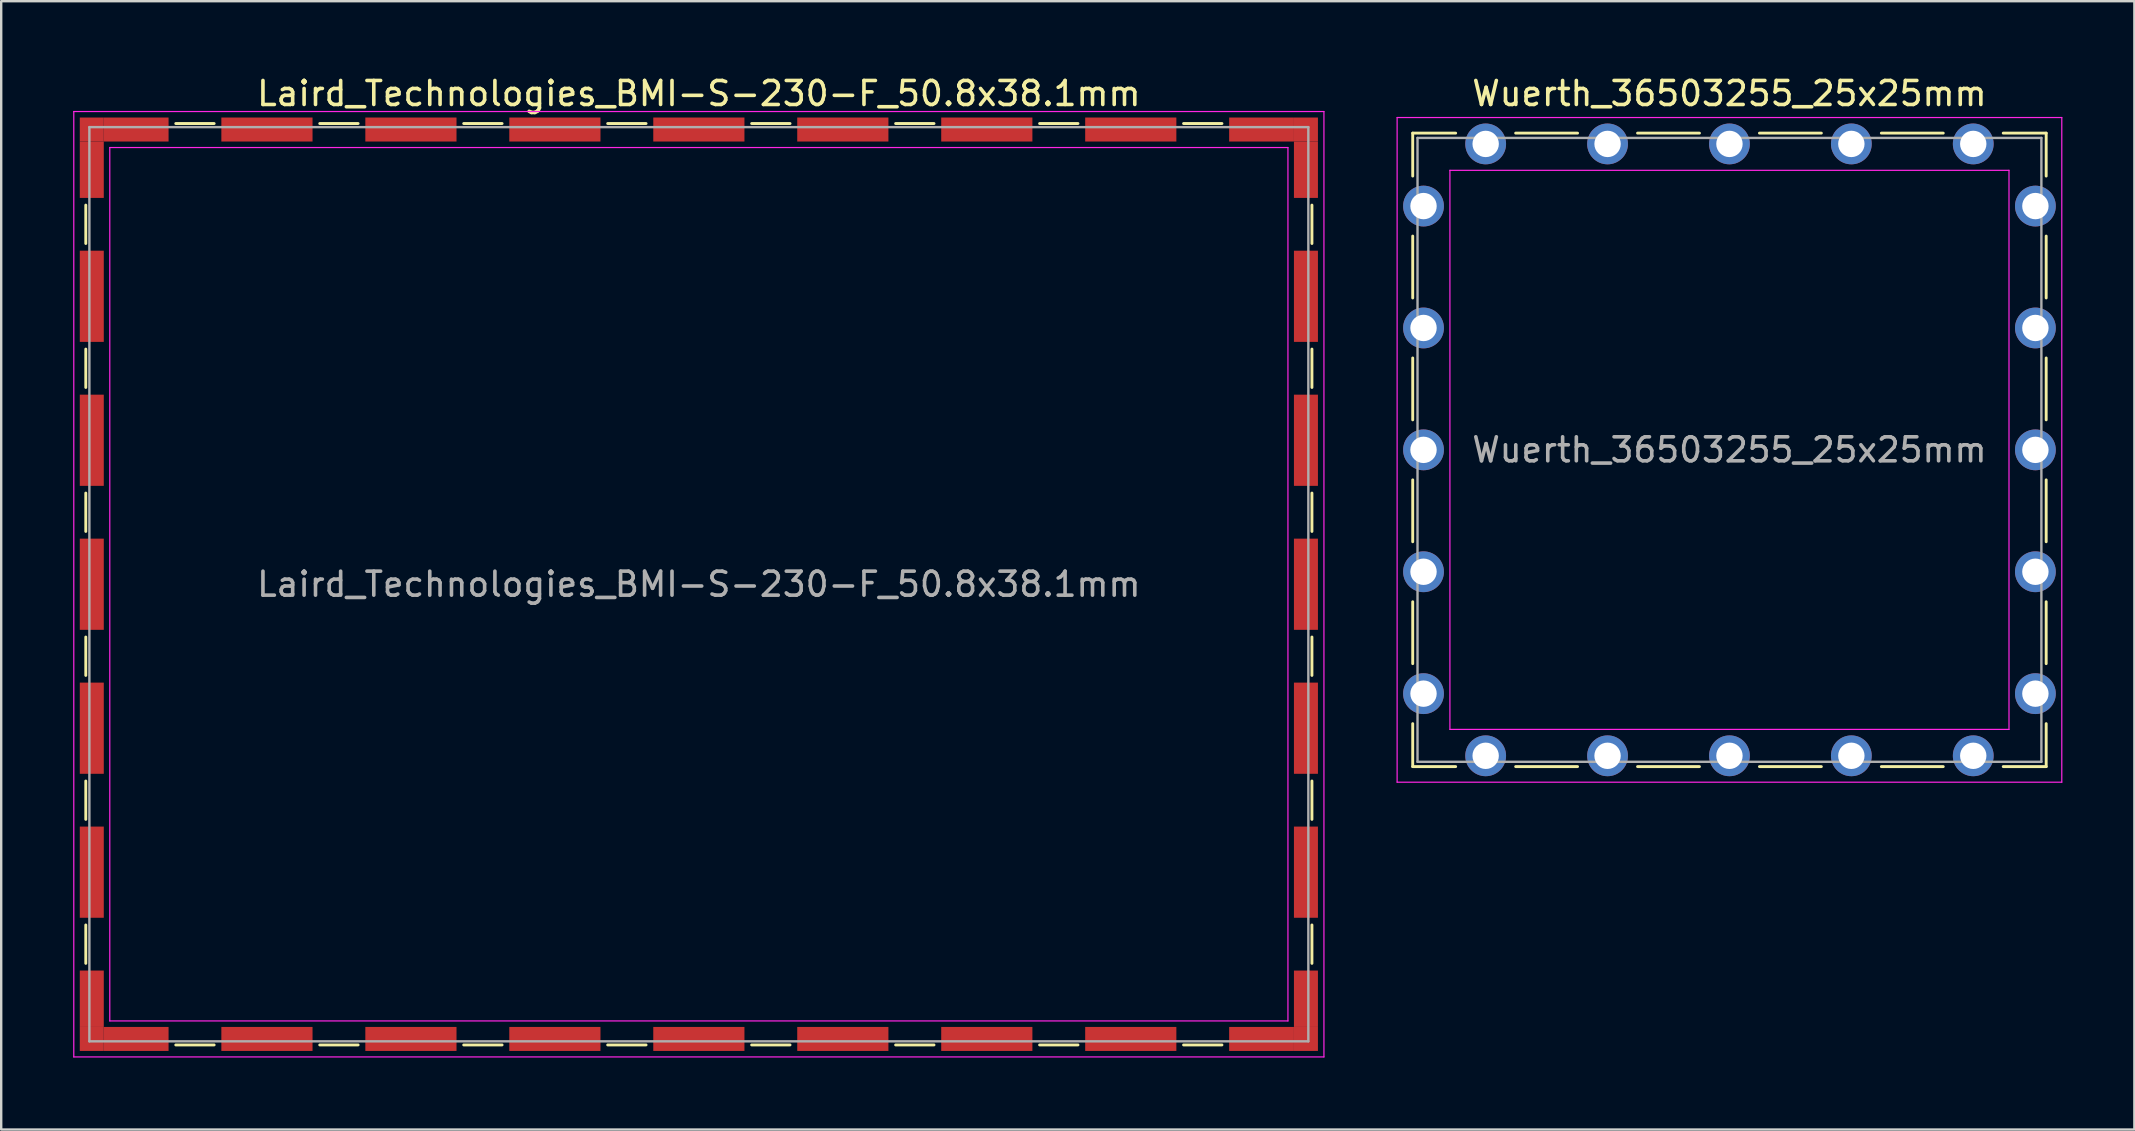
<source format=kicad_pcb>
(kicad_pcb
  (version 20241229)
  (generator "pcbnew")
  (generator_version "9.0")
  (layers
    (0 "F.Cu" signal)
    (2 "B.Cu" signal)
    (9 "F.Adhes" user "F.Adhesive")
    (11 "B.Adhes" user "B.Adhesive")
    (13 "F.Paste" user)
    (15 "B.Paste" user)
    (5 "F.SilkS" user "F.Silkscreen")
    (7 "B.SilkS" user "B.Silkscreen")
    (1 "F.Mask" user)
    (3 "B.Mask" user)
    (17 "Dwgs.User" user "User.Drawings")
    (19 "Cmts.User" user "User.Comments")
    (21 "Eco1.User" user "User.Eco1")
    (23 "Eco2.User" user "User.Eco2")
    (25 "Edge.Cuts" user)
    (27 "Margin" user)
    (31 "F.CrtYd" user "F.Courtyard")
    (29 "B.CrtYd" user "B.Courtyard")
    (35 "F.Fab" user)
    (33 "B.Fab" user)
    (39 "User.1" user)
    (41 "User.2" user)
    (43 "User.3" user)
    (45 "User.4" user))
  (footprint "Laird_Technologies_BMI-S-230-F_50.8x38.1mm"
    (layer "F.Cu")
    (at 26.075 21.298)
    (property "Reference" "Laird_Technologies_BMI-S-230-F_50.8x38.1mm" (at 0 -20.45 0) (layer "F.SilkS") (effects (font (size 1 1) (thickness 0.15))))
    (attr smd)
    (fp_line (start -25.55 -15.8) (end -25.55 -14.2) (stroke (width 0.12) (type solid)) (layer "F.SilkS"))
    (fp_line (start -25.55 -9.8) (end -25.55 -8.2) (stroke (width 0.12) (type solid)) (layer "F.SilkS"))
    (fp_line (start -25.55 -3.8) (end -25.55 -2.2) (stroke (width 0.12) (type solid)) (layer "F.SilkS"))
    (fp_line (start -25.55 2.2) (end -25.55 3.8) (stroke (width 0.12) (type solid)) (layer "F.SilkS"))
    (fp_line (start -25.55 8.2) (end -25.55 9.8) (stroke (width 0.12) (type solid)) (layer "F.SilkS"))
    (fp_line (start -25.55 14.2) (end -25.55 15.8) (stroke (width 0.12) (type solid)) (layer "F.SilkS"))
    (fp_line (start -21.8 -19.2) (end -20.2 -19.2) (stroke (width 0.12) (type solid)) (layer "F.SilkS"))
    (fp_line (start -21.8 19.2) (end -20.2 19.2) (stroke (width 0.12) (type solid)) (layer "F.SilkS"))
    (fp_line (start -15.8 -19.2) (end -14.2 -19.2) (stroke (width 0.12) (type solid)) (layer "F.SilkS"))
    (fp_line (start -15.8 19.2) (end -14.2 19.2) (stroke (width 0.12) (type solid)) (layer "F.SilkS"))
    (fp_line (start -9.8 -19.2) (end -8.2 -19.2) (stroke (width 0.12) (type solid)) (layer "F.SilkS"))
    (fp_line (start -9.8 19.2) (end -8.2 19.2) (stroke (width 0.12) (type solid)) (layer "F.SilkS"))
    (fp_line (start -3.8 -19.2) (end -2.2 -19.2) (stroke (width 0.12) (type solid)) (layer "F.SilkS"))
    (fp_line (start -3.8 19.2) (end -2.2 19.2) (stroke (width 0.12) (type solid)) (layer "F.SilkS"))
    (fp_line (start 2.2 -19.2) (end 3.8 -19.2) (stroke (width 0.12) (type solid)) (layer "F.SilkS"))
    (fp_line (start 2.2 19.2) (end 3.8 19.2) (stroke (width 0.12) (type solid)) (layer "F.SilkS"))
    (fp_line (start 8.2 -19.2) (end 9.8 -19.2) (stroke (width 0.12) (type solid)) (layer "F.SilkS"))
    (fp_line (start 8.2 19.2) (end 9.8 19.2) (stroke (width 0.12) (type solid)) (layer "F.SilkS"))
    (fp_line (start 14.2 -19.2) (end 15.8 -19.2) (stroke (width 0.12) (type solid)) (layer "F.SilkS"))
    (fp_line (start 14.2 19.2) (end 15.8 19.2) (stroke (width 0.12) (type solid)) (layer "F.SilkS"))
    (fp_line (start 20.2 -19.2) (end 21.8 -19.2) (stroke (width 0.12) (type solid)) (layer "F.SilkS"))
    (fp_line (start 20.2 19.2) (end 21.8 19.2) (stroke (width 0.12) (type solid)) (layer "F.SilkS"))
    (fp_line (start 25.55 -15.8) (end 25.55 -14.2) (stroke (width 0.12) (type solid)) (layer "F.SilkS"))
    (fp_line (start 25.55 -9.8) (end 25.55 -8.2) (stroke (width 0.12) (type solid)) (layer "F.SilkS"))
    (fp_line (start 25.55 -3.8) (end 25.55 -2.2) (stroke (width 0.12) (type solid)) (layer "F.SilkS"))
    (fp_line (start 25.55 2.2) (end 25.55 3.8) (stroke (width 0.12) (type solid)) (layer "F.SilkS"))
    (fp_line (start 25.55 8.2) (end 25.55 9.8) (stroke (width 0.12) (type solid)) (layer "F.SilkS"))
    (fp_line (start 25.55 14.2) (end 25.55 15.8) (stroke (width 0.12) (type solid)) (layer "F.SilkS"))
    (fp_line (start -26.05 -19.7) (end -26.05 19.7) (stroke (width 0.05) (type solid)) (layer "F.CrtYd"))
    (fp_line (start -26.05 19.7) (end 26.05 19.7) (stroke (width 0.05) (type solid)) (layer "F.CrtYd"))
    (fp_line (start -24.55 -18.2) (end -24.55 18.2) (stroke (width 0.05) (type solid)) (layer "F.CrtYd"))
    (fp_line (start -24.55 18.2) (end 24.55 18.2) (stroke (width 0.05) (type solid)) (layer "F.CrtYd"))
    (fp_line (start 24.55 -18.2) (end -24.55 -18.2) (stroke (width 0.05) (type solid)) (layer "F.CrtYd"))
    (fp_line (start 24.55 18.2) (end 24.55 -18.2) (stroke (width 0.05) (type solid)) (layer "F.CrtYd"))
    (fp_line (start 26.05 -19.7) (end -26.05 -19.7) (stroke (width 0.05) (type solid)) (layer "F.CrtYd"))
    (fp_line (start 26.05 19.7) (end 26.05 -19.7) (stroke (width 0.05) (type solid)) (layer "F.CrtYd"))
    (fp_line (start -25.4 -19.05) (end -25.4 19.05) (stroke (width 0.1) (type solid)) (layer "F.Fab"))
    (fp_line (start -25.4 19.05) (end 25.4 19.05) (stroke (width 0.1) (type solid)) (layer "F.Fab"))
    (fp_line (start 25.4 -19.05) (end -25.4 -19.05) (stroke (width 0.1) (type solid)) (layer "F.Fab"))
    (fp_line (start 25.4 19.05) (end 25.4 -19.05) (stroke (width 0.1) (type solid)) (layer "F.Fab"))
    (fp_text user "${REFERENCE}" (at 0 0 0) (layer "F.Fab") (effects (font (size 1 1) (thickness 0.15))))
    (pad "1" smd rect (at -25.3 -18.95) (size 1 1) (layers "F.Cu" "F.Mask" "F.Paste"))
    (pad "1" smd rect (at -25.3 -17.275) (size 1 2.35) (layers "F.Cu" "F.Mask" "F.Paste"))
    (pad "1" smd rect (at -25.3 -12) (size 1 3.8) (layers "F.Cu" "F.Mask" "F.Paste"))
    (pad "1" smd rect (at -25.3 -6) (size 1 3.8) (layers "F.Cu" "F.Mask" "F.Paste"))
    (pad "1" smd rect (at -25.3 0) (size 1 3.8) (layers "F.Cu" "F.Mask" "F.Paste"))
    (pad "1" smd rect (at -25.3 6) (size 1 3.8) (layers "F.Cu" "F.Mask" "F.Paste"))
    (pad "1" smd rect (at -25.3 12) (size 1 3.8) (layers "F.Cu" "F.Mask" "F.Paste"))
    (pad "1" smd rect (at -25.3 17.275) (size 1 2.35) (layers "F.Cu" "F.Mask" "F.Paste"))
    (pad "1" smd rect (at -25.3 18.95) (size 1 1) (layers "F.Cu" "F.Mask" "F.Paste"))
    (pad "1" smd rect (at -23.45 -18.95) (size 2.7 1) (layers "F.Cu" "F.Mask" "F.Paste"))
    (pad "1" smd rect (at -23.45 18.95) (size 2.7 1) (layers "F.Cu" "F.Mask" "F.Paste"))
    (pad "1" smd rect (at -18 -18.95) (size 3.8 1) (layers "F.Cu" "F.Mask" "F.Paste"))
    (pad "1" smd rect (at -18 18.95) (size 3.8 1) (layers "F.Cu" "F.Mask" "F.Paste"))
    (pad "1" smd rect (at -12 -18.95) (size 3.8 1) (layers "F.Cu" "F.Mask" "F.Paste"))
    (pad "1" smd rect (at -12 18.95) (size 3.8 1) (layers "F.Cu" "F.Mask" "F.Paste"))
    (pad "1" smd rect (at -6 -18.95) (size 3.8 1) (layers "F.Cu" "F.Mask" "F.Paste"))
    (pad "1" smd rect (at -6 18.95) (size 3.8 1) (layers "F.Cu" "F.Mask" "F.Paste"))
    (pad "1" smd rect (at 0 -18.95) (size 3.8 1) (layers "F.Cu" "F.Mask" "F.Paste"))
    (pad "1" smd rect (at 0 18.95) (size 3.8 1) (layers "F.Cu" "F.Mask" "F.Paste"))
    (pad "1" smd rect (at 6 -18.95) (size 3.8 1) (layers "F.Cu" "F.Mask" "F.Paste"))
    (pad "1" smd rect (at 6 18.95) (size 3.8 1) (layers "F.Cu" "F.Mask" "F.Paste"))
    (pad "1" smd rect (at 12 -18.95) (size 3.8 1) (layers "F.Cu" "F.Mask" "F.Paste"))
    (pad "1" smd rect (at 12 18.95) (size 3.8 1) (layers "F.Cu" "F.Mask" "F.Paste"))
    (pad "1" smd rect (at 18 -18.95) (size 3.8 1) (layers "F.Cu" "F.Mask" "F.Paste"))
    (pad "1" smd rect (at 18 18.95) (size 3.8 1) (layers "F.Cu" "F.Mask" "F.Paste"))
    (pad "1" smd rect (at 23.45 -18.95) (size 2.7 1) (layers "F.Cu" "F.Mask" "F.Paste"))
    (pad "1" smd rect (at 23.45 18.95) (size 2.7 1) (layers "F.Cu" "F.Mask" "F.Paste"))
    (pad "1" smd rect (at 25.3 -18.95) (size 1 1) (layers "F.Cu" "F.Mask" "F.Paste"))
    (pad "1" smd rect (at 25.3 -17.275) (size 1 2.35) (layers "F.Cu" "F.Mask" "F.Paste"))
    (pad "1" smd rect (at 25.3 -12) (size 1 3.8) (layers "F.Cu" "F.Mask" "F.Paste"))
    (pad "1" smd rect (at 25.3 -6) (size 1 3.8) (layers "F.Cu" "F.Mask" "F.Paste"))
    (pad "1" smd rect (at 25.3 0) (size 1 3.8) (layers "F.Cu" "F.Mask" "F.Paste"))
    (pad "1" smd rect (at 25.3 6) (size 1 3.8) (layers "F.Cu" "F.Mask" "F.Paste"))
    (pad "1" smd rect (at 25.3 12) (size 1 3.8) (layers "F.Cu" "F.Mask" "F.Paste"))
    (pad "1" smd rect (at 25.3 17.275) (size 1 2.35) (layers "F.Cu" "F.Mask" "F.Paste"))
    (pad "1" smd rect (at 25.3 18.95) (size 1 1) (layers "F.Cu" "F.Mask" "F.Paste")))
  (footprint "Wuerth_36503255_25x25mm"
    (layer "F.Cu")
    (at 69.025 15.698)
    (property "Reference" "Wuerth_36503255_25x25mm" (at 0 -14.85 0) (layer "F.SilkS") (effects (font (size 1 1) (thickness 0.15))))
    (attr through_hole)
    (fp_line (start -13.2 -13.2) (end -11.41 -13.2) (stroke (width 0.12) (type solid)) (layer "F.SilkS"))
    (fp_line (start -13.2 -11.41) (end -13.2 -13.2) (stroke (width 0.12) (type solid)) (layer "F.SilkS"))
    (fp_line (start -13.2 -6.33) (end -13.2 -8.91) (stroke (width 0.12) (type solid)) (layer "F.SilkS"))
    (fp_line (start -13.2 -1.25) (end -13.2 -3.83) (stroke (width 0.12) (type solid)) (layer "F.SilkS"))
    (fp_line (start -13.2 1.25) (end -13.2 3.83) (stroke (width 0.12) (type solid)) (layer "F.SilkS"))
    (fp_line (start -13.2 6.33) (end -13.2 8.91) (stroke (width 0.12) (type solid)) (layer "F.SilkS"))
    (fp_line (start -13.2 11.41) (end -13.2 13.2) (stroke (width 0.12) (type solid)) (layer "F.SilkS"))
    (fp_line (start -13.2 13.2) (end -11.41 13.2) (stroke (width 0.12) (type solid)) (layer "F.SilkS"))
    (fp_line (start -6.33 -13.2) (end -8.91 -13.2) (stroke (width 0.12) (type solid)) (layer "F.SilkS"))
    (fp_line (start -6.33 13.2) (end -8.91 13.2) (stroke (width 0.12) (type solid)) (layer "F.SilkS"))
    (fp_line (start -1.25 -13.2) (end -3.83 -13.2) (stroke (width 0.12) (type solid)) (layer "F.SilkS"))
    (fp_line (start -1.25 13.2) (end -3.83 13.2) (stroke (width 0.12) (type solid)) (layer "F.SilkS"))
    (fp_line (start 1.25 -13.2) (end 3.83 -13.2) (stroke (width 0.12) (type solid)) (layer "F.SilkS"))
    (fp_line (start 1.25 13.2) (end 3.83 13.2) (stroke (width 0.12) (type solid)) (layer "F.SilkS"))
    (fp_line (start 6.33 -13.2) (end 8.91 -13.2) (stroke (width 0.12) (type solid)) (layer "F.SilkS"))
    (fp_line (start 6.33 13.2) (end 8.91 13.2) (stroke (width 0.12) (type solid)) (layer "F.SilkS"))
    (fp_line (start 13.2 -13.2) (end 11.41 -13.2) (stroke (width 0.12) (type solid)) (layer "F.SilkS"))
    (fp_line (start 13.2 -11.41) (end 13.2 -13.2) (stroke (width 0.12) (type solid)) (layer "F.SilkS"))
    (fp_line (start 13.2 -6.33) (end 13.2 -8.91) (stroke (width 0.12) (type solid)) (layer "F.SilkS"))
    (fp_line (start 13.2 -1.25) (end 13.2 -3.83) (stroke (width 0.12) (type solid)) (layer "F.SilkS"))
    (fp_line (start 13.2 1.25) (end 13.2 3.83) (stroke (width 0.12) (type solid)) (layer "F.SilkS"))
    (fp_line (start 13.2 6.33) (end 13.2 8.91) (stroke (width 0.12) (type solid)) (layer "F.SilkS"))
    (fp_line (start 13.2 11.41) (end 13.2 13.2) (stroke (width 0.12) (type solid)) (layer "F.SilkS"))
    (fp_line (start 13.2 13.2) (end 11.41 13.2) (stroke (width 0.12) (type solid)) (layer "F.SilkS"))
    (fp_line (start -13.85 -13.85) (end -13.85 13.85) (stroke (width 0.05) (type solid)) (layer "F.CrtYd"))
    (fp_line (start -13.85 13.85) (end 13.85 13.85) (stroke (width 0.05) (type solid)) (layer "F.CrtYd"))
    (fp_line (start -11.65 -11.65) (end -11.65 11.65) (stroke (width 0.05) (type solid)) (layer "F.CrtYd"))
    (fp_line (start -11.65 11.65) (end 11.65 11.65) (stroke (width 0.05) (type solid)) (layer "F.CrtYd"))
    (fp_line (start 11.65 -11.65) (end -11.65 -11.65) (stroke (width 0.05) (type solid)) (layer "F.CrtYd"))
    (fp_line (start 11.65 11.65) (end 11.65 -11.65) (stroke (width 0.05) (type solid)) (layer "F.CrtYd"))
    (fp_line (start 13.85 -13.85) (end -13.85 -13.85) (stroke (width 0.05) (type solid)) (layer "F.CrtYd"))
    (fp_line (start 13.85 13.85) (end 13.85 -13.85) (stroke (width 0.05) (type solid)) (layer "F.CrtYd"))
    (fp_line (start -13 -13) (end -13 13) (stroke (width 0.1) (type solid)) (layer "F.Fab"))
    (fp_line (start -13 13) (end 13 13) (stroke (width 0.1) (type solid)) (layer "F.Fab"))
    (fp_line (start 13 -13) (end -13 -13) (stroke (width 0.1) (type solid)) (layer "F.Fab"))
    (fp_line (start 13 13) (end 13 -13) (stroke (width 0.1) (type solid)) (layer "F.Fab"))
    (fp_text user "${REFERENCE}" (at 0 0 0) (layer "F.Fab") (effects (font (size 1 1) (thickness 0.15))))
    (pad "1" thru_hole circle (at -12.75 -10.16) (size 1.7 1.7) (drill 1.1) (layers "*.Cu" "*.Mask"))
    (pad "1" thru_hole circle (at -12.75 -5.08) (size 1.7 1.7) (drill 1.1) (layers "*.Cu" "*.Mask"))
    (pad "1" thru_hole circle (at -12.75 0) (size 1.7 1.7) (drill 1.1) (layers "*.Cu" "*.Mask"))
    (pad "1" thru_hole circle (at -12.75 5.08) (size 1.7 1.7) (drill 1.1) (layers "*.Cu" "*.Mask"))
    (pad "1" thru_hole circle (at -12.75 10.16) (size 1.7 1.7) (drill 1.1) (layers "*.Cu" "*.Mask"))
    (pad "1" thru_hole circle (at -10.16 -12.75) (size 1.7 1.7) (drill 1.1) (layers "*.Cu" "*.Mask"))
    (pad "1" thru_hole circle (at -10.16 12.75) (size 1.7 1.7) (drill 1.1) (layers "*.Cu" "*.Mask"))
    (pad "1" thru_hole circle (at -5.08 -12.75) (size 1.7 1.7) (drill 1.1) (layers "*.Cu" "*.Mask"))
    (pad "1" thru_hole circle (at -5.08 12.75) (size 1.7 1.7) (drill 1.1) (layers "*.Cu" "*.Mask"))
    (pad "1" thru_hole circle (at 0 -12.75) (size 1.7 1.7) (drill 1.1) (layers "*.Cu" "*.Mask"))
    (pad "1" thru_hole circle (at 0 12.75) (size 1.7 1.7) (drill 1.1) (layers "*.Cu" "*.Mask"))
    (pad "1" thru_hole circle (at 5.08 -12.75) (size 1.7 1.7) (drill 1.1) (layers "*.Cu" "*.Mask"))
    (pad "1" thru_hole circle (at 5.08 12.75) (size 1.7 1.7) (drill 1.1) (layers "*.Cu" "*.Mask"))
    (pad "1" thru_hole circle (at 10.16 -12.75) (size 1.7 1.7) (drill 1.1) (layers "*.Cu" "*.Mask"))
    (pad "1" thru_hole circle (at 10.16 12.75) (size 1.7 1.7) (drill 1.1) (layers "*.Cu" "*.Mask"))
    (pad "1" thru_hole circle (at 12.75 -10.16) (size 1.7 1.7) (drill 1.1) (layers "*.Cu" "*.Mask"))
    (pad "1" thru_hole circle (at 12.75 -5.08) (size 1.7 1.7) (drill 1.1) (layers "*.Cu" "*.Mask"))
    (pad "1" thru_hole circle (at 12.75 0) (size 1.7 1.7) (drill 1.1) (layers "*.Cu" "*.Mask"))
    (pad "1" thru_hole circle (at 12.75 5.08) (size 1.7 1.7) (drill 1.1) (layers "*.Cu" "*.Mask"))
    (pad "1" thru_hole circle (at 12.75 10.16) (size 1.7 1.7) (drill 1.1) (layers "*.Cu" "*.Mask")))
  (gr_rect
    (start -3 -3)
    (end 85.9 44.023)
    (stroke (width 0.1) (type default))
    (fill no)
    (layer "Edge.Cuts")))
</source>
